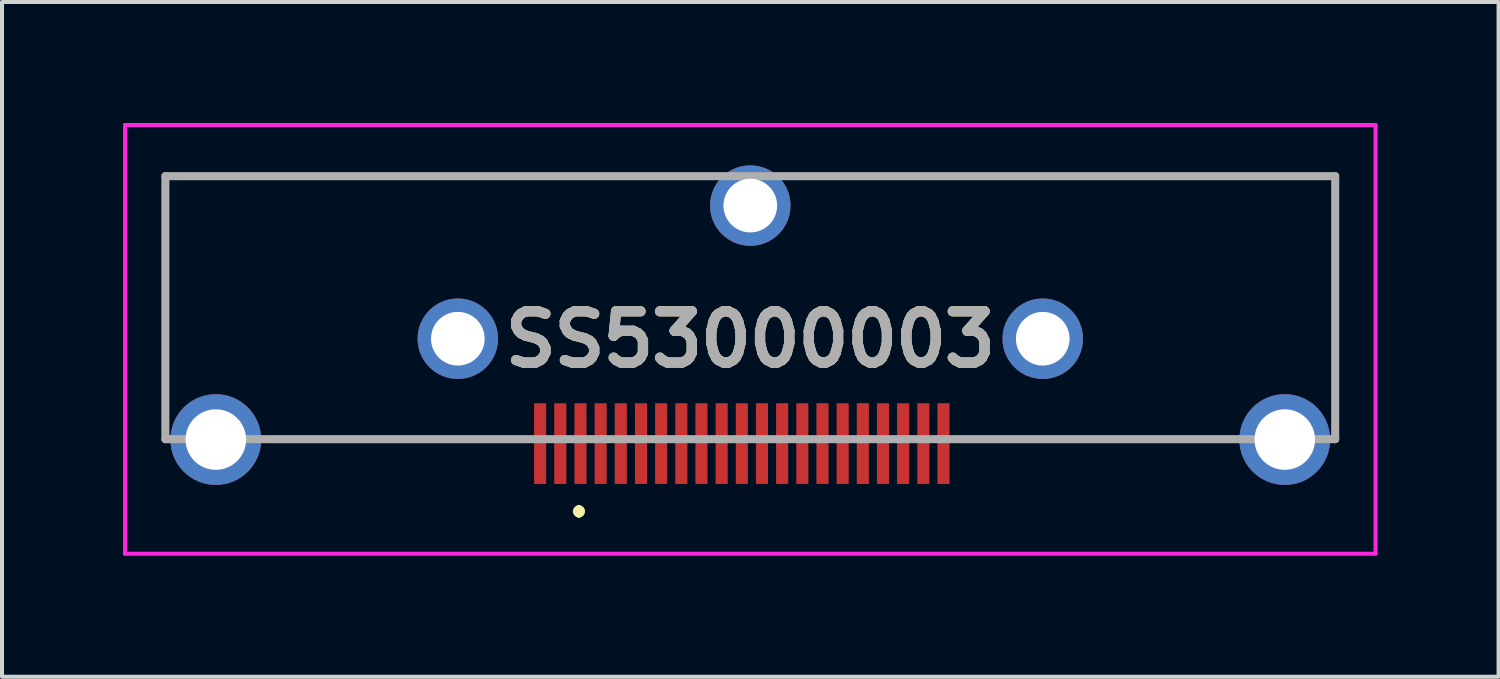
<source format=kicad_pcb>
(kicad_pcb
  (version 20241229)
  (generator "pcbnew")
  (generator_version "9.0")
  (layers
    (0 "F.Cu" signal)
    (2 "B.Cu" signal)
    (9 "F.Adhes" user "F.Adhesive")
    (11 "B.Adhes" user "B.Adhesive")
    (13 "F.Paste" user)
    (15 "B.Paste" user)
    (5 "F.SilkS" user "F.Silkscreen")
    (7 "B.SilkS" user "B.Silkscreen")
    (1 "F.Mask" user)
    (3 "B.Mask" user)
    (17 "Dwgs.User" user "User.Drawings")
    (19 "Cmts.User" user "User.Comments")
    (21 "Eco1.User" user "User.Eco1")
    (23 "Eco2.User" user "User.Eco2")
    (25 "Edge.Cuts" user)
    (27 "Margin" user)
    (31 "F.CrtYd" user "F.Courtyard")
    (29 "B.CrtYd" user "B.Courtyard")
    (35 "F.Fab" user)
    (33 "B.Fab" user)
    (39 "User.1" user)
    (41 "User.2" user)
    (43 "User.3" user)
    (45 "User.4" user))
  (footprint "SS53000003"
    (layer "F.Cu")
    (at 15.55 4.577)
    (property "Reference" "SS53000003" (at 0 0.786 0) (layer "F.SilkS") (effects (font (size 1.27 1.27) (thickness 0.254))))
    (attr through_hole)
    (fp_line (start -14.5 -3.26) (end -1.5 -3.26) (stroke (width 0.1) (type solid)) (layer "F.SilkS"))
    (fp_line (start -14.5 1.805) (end -14.5 -3.26) (stroke (width 0.1) (type solid)) (layer "F.SilkS"))
    (fp_line (start -4.25 5) (end -4.25 5) (stroke (width 0.2) (type solid)) (layer "F.SilkS"))
    (fp_line (start -4.25 5.1) (end -4.25 5.1) (stroke (width 0.2) (type solid)) (layer "F.SilkS"))
    (fp_line (start -4.25 5.1) (end -4.25 5.1) (stroke (width 0.2) (type solid)) (layer "F.SilkS"))
    (fp_line (start 1.5 -3.26) (end 14.5 -3.26) (stroke (width 0.1) (type solid)) (layer "F.SilkS"))
    (fp_line (start 14.5 -3.26) (end 14.5 2.305) (stroke (width 0.1) (type solid)) (layer "F.SilkS"))
    (fp_arc (start -4.25 5) (mid -4.2 5.05) (end -4.25 5.1) (stroke (width 0.2) (type solid)) (layer "F.SilkS"))
    (fp_arc (start -4.25 5) (mid -4.2 5.05) (end -4.25 5.1) (stroke (width 0.2) (type solid)) (layer "F.SilkS"))
    (fp_arc (start -4.25 5.1) (mid -4.3 5.05) (end -4.25 5) (stroke (width 0.2) (type solid)) (layer "F.SilkS"))
    (fp_line (start -15.5 -4.527) (end 15.5 -4.527) (stroke (width 0.1) (type solid)) (layer "F.CrtYd"))
    (fp_line (start -15.5 6.1) (end -15.5 -4.527) (stroke (width 0.1) (type solid)) (layer "F.CrtYd"))
    (fp_line (start 15.5 -4.527) (end 15.5 6.1) (stroke (width 0.1) (type solid)) (layer "F.CrtYd"))
    (fp_line (start 15.5 6.1) (end -15.5 6.1) (stroke (width 0.1) (type solid)) (layer "F.CrtYd"))
    (fp_line (start -14.5 -3.26) (end 14.5 -3.26) (stroke (width 0.2) (type solid)) (layer "F.Fab"))
    (fp_line (start -14.5 3.26) (end -14.5 -3.26) (stroke (width 0.2) (type solid)) (layer "F.Fab"))
    (fp_line (start 14.5 -3.26) (end 14.5 3.26) (stroke (width 0.2) (type solid)) (layer "F.Fab"))
    (fp_line (start 14.5 3.26) (end -14.5 3.26) (stroke (width 0.2) (type solid)) (layer "F.Fab"))
    (fp_text user "${REFERENCE}" (at 0 0.786 0) (layer "F.Fab") (effects (font (size 1.27 1.27) (thickness 0.254))))
    (pad "1" smd rect (at -4.21 3.37) (size 0.3 2) (layers "F.Cu" "F.Mask" "F.Paste"))
    (pad "2" smd rect (at -3.71 3.37) (size 0.3 2) (layers "F.Cu" "F.Mask" "F.Paste"))
    (pad "3" smd rect (at -3.21 3.37) (size 0.3 2) (layers "F.Cu" "F.Mask" "F.Paste"))
    (pad "4" smd rect (at -2.71 3.37) (size 0.3 2) (layers "F.Cu" "F.Mask" "F.Paste"))
    (pad "5" smd rect (at -2.21 3.37) (size 0.3 2) (layers "F.Cu" "F.Mask" "F.Paste"))
    (pad "6" smd rect (at -1.71 3.37) (size 0.3 2) (layers "F.Cu" "F.Mask" "F.Paste"))
    (pad "7" smd rect (at -1.21 3.37) (size 0.3 2) (layers "F.Cu" "F.Mask" "F.Paste"))
    (pad "8" smd rect (at -0.71 3.37) (size 0.3 2) (layers "F.Cu" "F.Mask" "F.Paste"))
    (pad "9" smd rect (at -0.21 3.37) (size 0.3 2) (layers "F.Cu" "F.Mask" "F.Paste"))
    (pad "10" smd rect (at 0.29 3.37) (size 0.3 2) (layers "F.Cu" "F.Mask" "F.Paste"))
    (pad "11" smd rect (at 0.79 3.37) (size 0.3 2) (layers "F.Cu" "F.Mask" "F.Paste"))
    (pad "12" smd rect (at 1.29 3.37) (size 0.3 2) (layers "F.Cu" "F.Mask" "F.Paste"))
    (pad "13" smd rect (at 1.79 3.37) (size 0.3 2) (layers "F.Cu" "F.Mask" "F.Paste"))
    (pad "14" smd rect (at 2.29 3.37) (size 0.3 2) (layers "F.Cu" "F.Mask" "F.Paste"))
    (pad "15" smd rect (at 2.79 3.37) (size 0.3 2) (layers "F.Cu" "F.Mask" "F.Paste"))
    (pad "16" smd rect (at 3.29 3.37) (size 0.3 2) (layers "F.Cu" "F.Mask" "F.Paste"))
    (pad "17" smd rect (at 3.79 3.37) (size 0.3 2) (layers "F.Cu" "F.Mask" "F.Paste"))
    (pad "18" smd rect (at 4.29 3.37) (size 0.3 2) (layers "F.Cu" "F.Mask" "F.Paste"))
    (pad "19" smd rect (at 4.79 3.37) (size 0.3 2) (layers "F.Cu" "F.Mask" "F.Paste"))
    (pad "G1" smd rect (at -5.21 3.37) (size 0.3 2) (layers "F.Cu" "F.Mask" "F.Paste"))
    (pad "G2" smd rect (at -4.71 3.37) (size 0.3 2) (layers "F.Cu" "F.Mask" "F.Paste"))
    (pad "MH1" thru_hole circle (at 0 -2.53) (size 1.995 1.995) (drill 1.33) (layers "*.Cu" "*.Mask"))
    (pad "MH2" thru_hole circle (at -7.25 0.77) (size 1.995 1.995) (drill 1.33) (layers "*.Cu" "*.Mask"))
    (pad "MH3" thru_hole circle (at 7.25 0.77) (size 1.995 1.995) (drill 1.33) (layers "*.Cu" "*.Mask"))
    (pad "MH4" thru_hole circle (at -13.25 3.27) (size 2.25 2.25) (drill 1.5) (layers "*.Cu" "*.Mask"))
    (pad "MH5" thru_hole circle (at 13.25 3.27) (size 2.25 2.25) (drill 1.5) (layers "*.Cu" "*.Mask")))
  (gr_rect
    (start -3 -3)
    (end 34.1 13.727)
    (stroke (width 0.1) (type default))
    (fill no)
    (layer "Edge.Cuts")))
</source>
